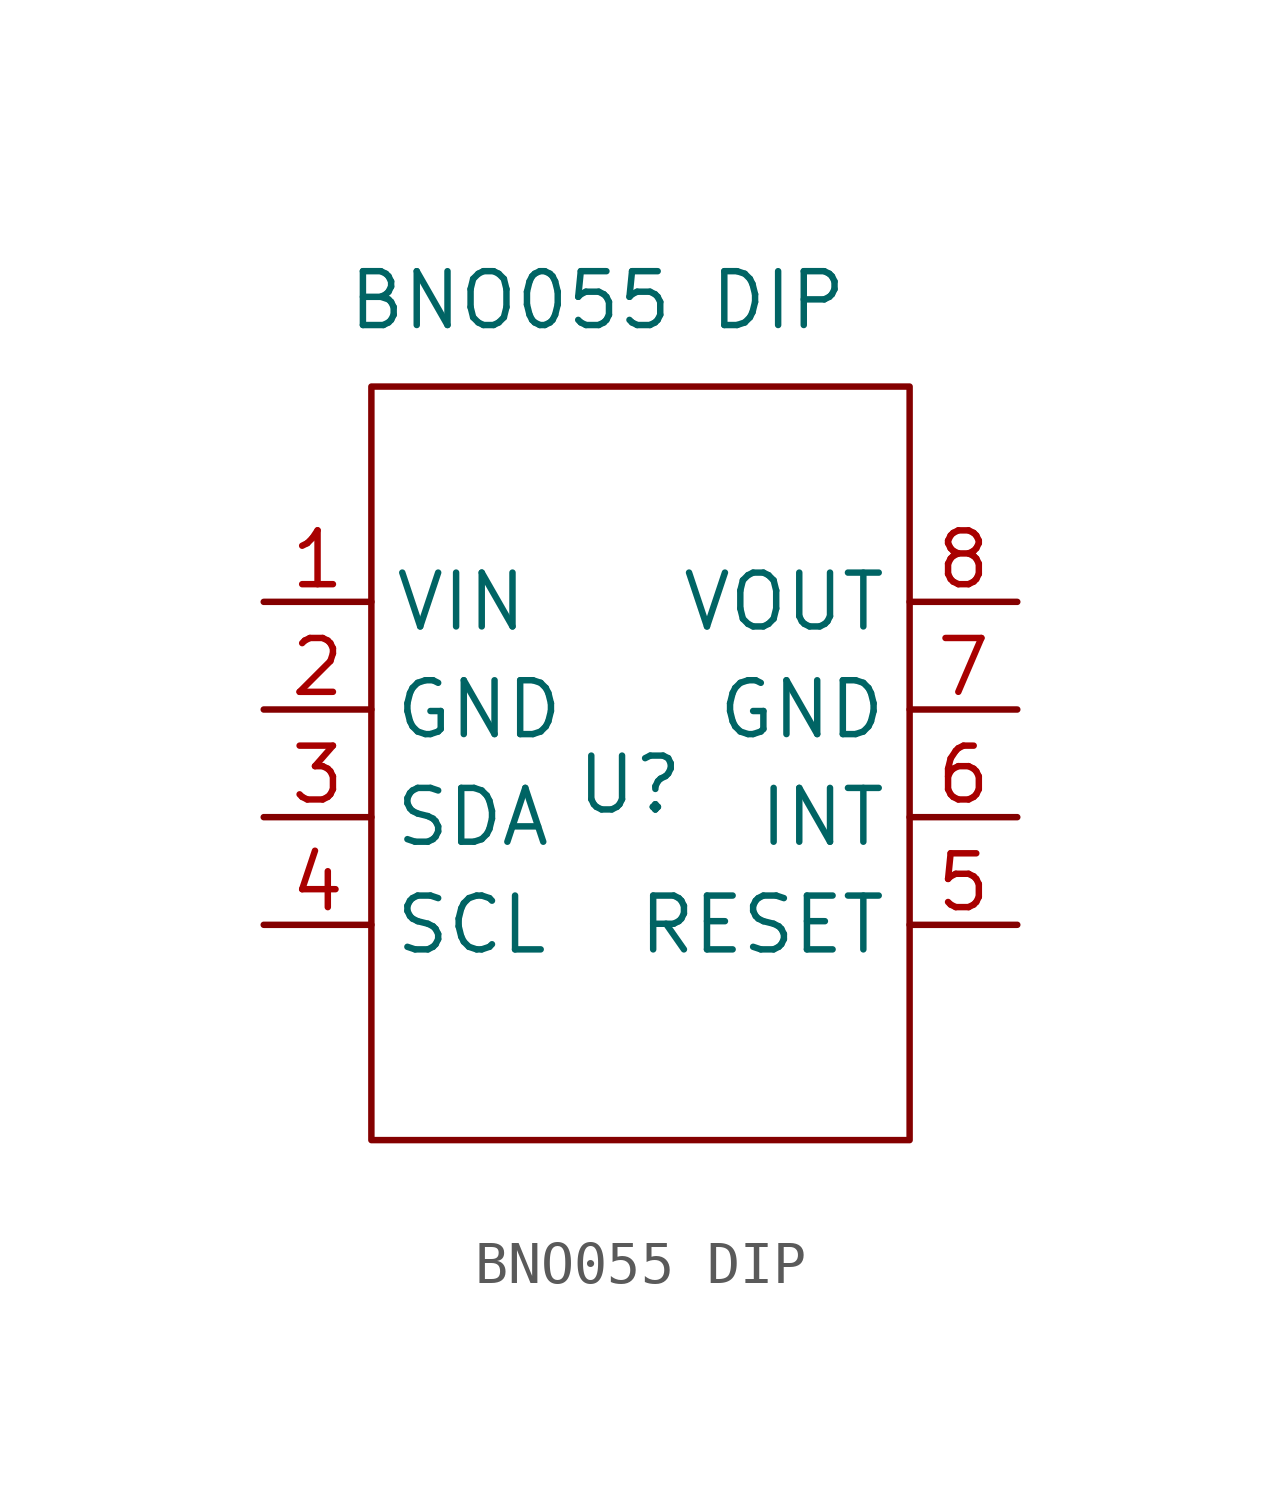
<source format=kicad_sym>
(kicad_symbol_lib
  (version 20241209)
  (generator "kicad_symbol_editor")
  (generator_version "9.0")
  (symbol "BNO055 DIP"
    (property "Reference" "U"
      (at -0.254 -1.778 0)
      (effects (font (size 1.27 1.27))))
    (property "Value" "BNO055 DIP"
      (at -1.016 9.652 0)
      (effects (font (size 1.27 1.27))))
    (symbol "BNO055 DIP_0_1"
      (polyline (pts (xy -6.35 7.62) (xy -6.35 -10.16) (xy 6.35 -10.16) (xy 6.35 7.62) (xy -6.35 7.62)) (stroke (width 0) (type default)) (fill (type none))))
    (symbol "BNO055 DIP_1_1"
      (pin power_in line (at -8.89 2.54 0) (length 2.54) (name "VIN" (effects (font (size 1.27 1.27)))) (number "1" (effects (font (size 1.27 1.27)))))
      (pin power_in line (at -8.89 0 0) (length 2.54) (name "GND" (effects (font (size 1.27 1.27)))) (number "2" (effects (font (size 1.27 1.27)))))
      (pin bidirectional line (at -8.89 -2.54 0) (length 2.54) (name "SDA" (effects (font (size 1.27 1.27)))) (number "3" (effects (font (size 1.27 1.27)))))
      (pin input line (at -8.89 -5.08 0) (length 2.54) (name "SCL" (effects (font (size 1.27 1.27)))) (number "4" (effects (font (size 1.27 1.27)))))
      (pin power_out line (at 8.89 2.54 180) (length 2.54) (name "VOUT" (effects (font (size 1.27 1.27)))) (number "8" (effects (font (size 1.27 1.27)))))
      (pin power_in line (at 8.89 0 180) (length 2.54) (name "GND" (effects (font (size 1.27 1.27)))) (number "7" (effects (font (size 1.27 1.27)))))
      (pin input line (at 8.89 -2.54 180) (length 2.54) (name "INT" (effects (font (size 1.27 1.27)))) (number "6" (effects (font (size 1.27 1.27)))))
      (pin input line (at 8.89 -5.08 180) (length 2.54) (name "RESET" (effects (font (size 1.27 1.27)))) (number "5" (effects (font (size 1.27 1.27))))))))
</source>
